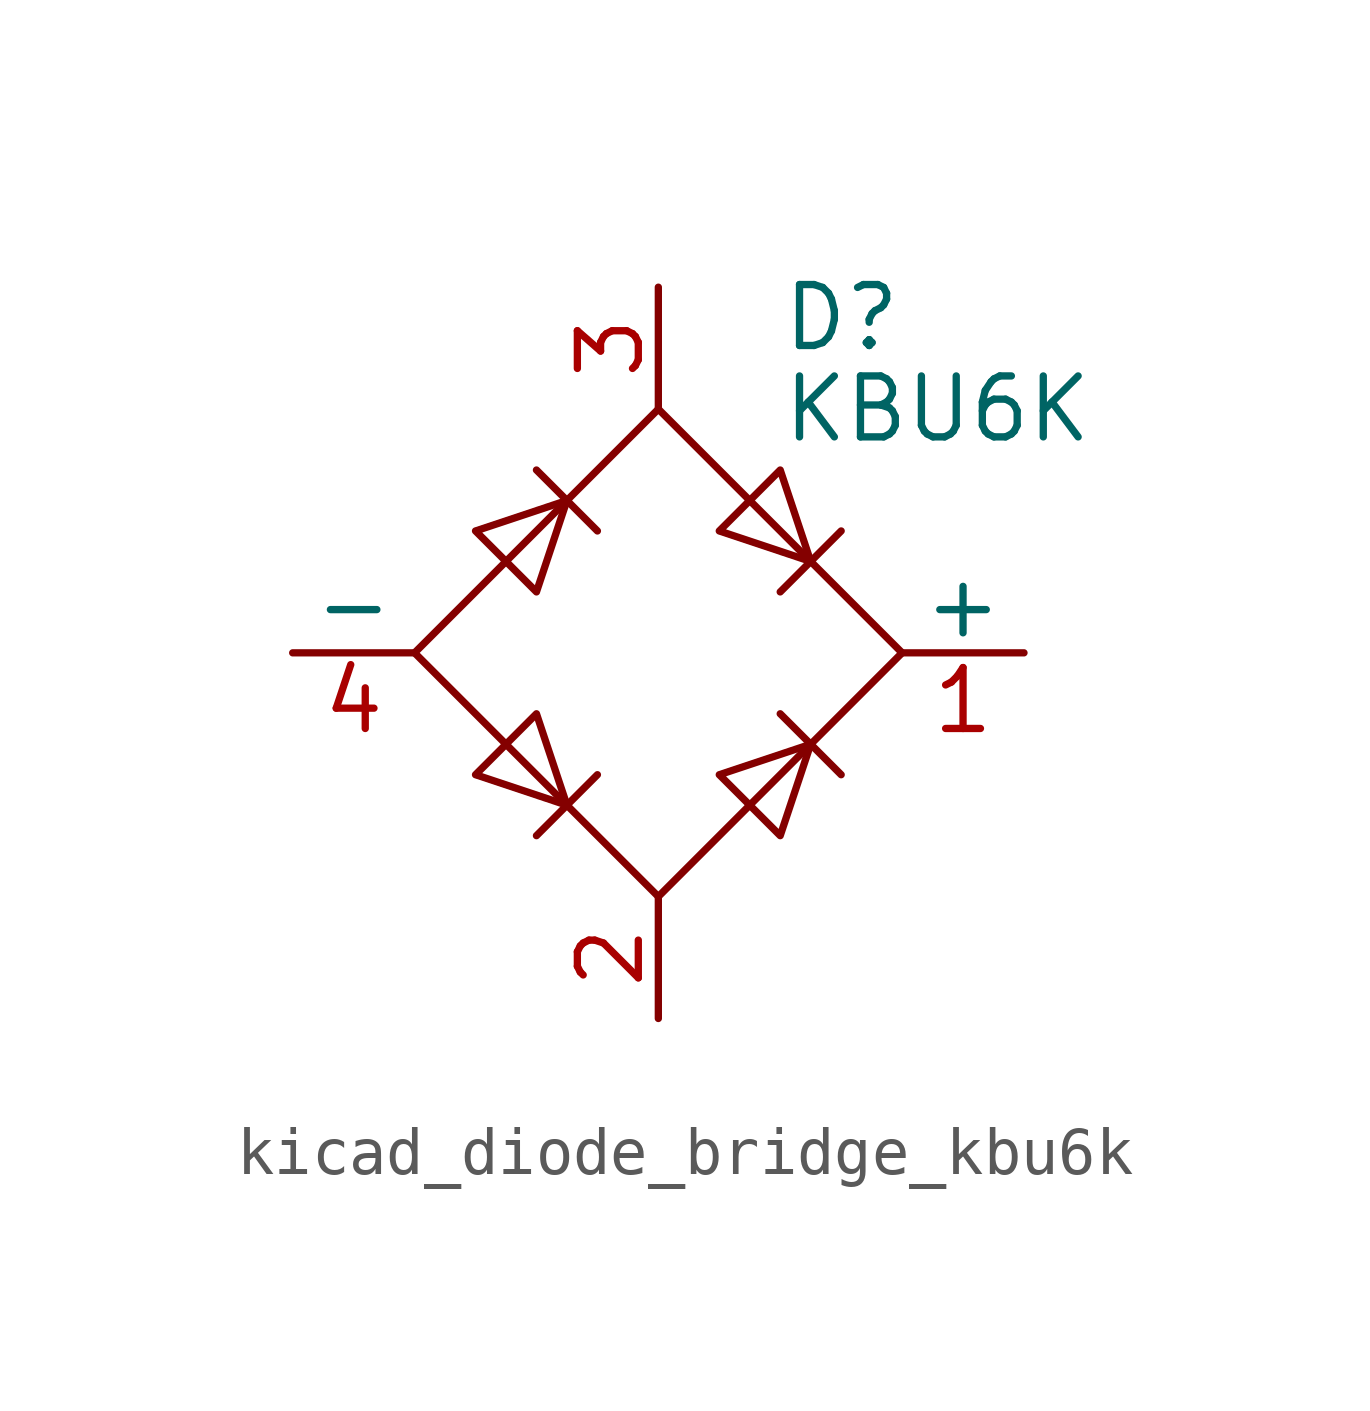
<source format=kicad_sym>
(kicad_symbol_lib
  (version 20220914)
  (generator kicad_symbol_editor)
  (symbol "kicad_diode_bridge_kbu6k"
    (pin_names
      (offset 0))
    (property "Reference" "D"
      (at 2.54 6.985 0)
      (effects (font (size 1.27 1.27)) (justify left)))
    (property "Value" "KBU6K"
      (at 2.54 5.08 0)
      (effects (font (size 1.27 1.27)) (justify left)))
    (symbol "kicad_diode_bridge_kbu6k_0_1"
      (polyline (pts (xy -2.54 3.81) (xy -1.27 2.54)) (stroke (width 0) (type default)) (fill (type none)))
      (polyline (pts (xy -1.27 -2.54) (xy -2.54 -3.81)) (stroke (width 0) (type default)) (fill (type none)))
      (polyline (pts (xy 2.54 -1.27) (xy 3.81 -2.54)) (stroke (width 0) (type default)) (fill (type none)))
      (polyline (pts (xy 2.54 1.27) (xy 3.81 2.54)) (stroke (width 0) (type default)) (fill (type none)))
      (polyline (pts (xy -3.81 2.54) (xy -2.54 1.27) (xy -1.905 3.175) (xy -3.81 2.54)) (stroke (width 0) (type default)) (fill (type none)))
      (polyline (pts (xy -2.54 -1.27) (xy -3.81 -2.54) (xy -1.905 -3.175) (xy -2.54 -1.27)) (stroke (width 0) (type default)) (fill (type none)))
      (polyline (pts (xy 1.27 2.54) (xy 2.54 3.81) (xy 3.175 1.905) (xy 1.27 2.54)) (stroke (width 0) (type default)) (fill (type none)))
      (polyline (pts (xy 3.175 -1.905) (xy 1.27 -2.54) (xy 2.54 -3.81) (xy 3.175 -1.905)) (stroke (width 0) (type default)) (fill (type none)))
      (polyline (pts (xy -5.08 0) (xy 0 -5.08) (xy 5.08 0) (xy 0 5.08) (xy -5.08 0)) (stroke (width 0) (type default)) (fill (type none))))
    (symbol "kicad_diode_bridge_kbu6k_1_1"
      (pin passive line (at 7.62 0 180) (length 2.54) (name "+" (effects (font (size 1.27 1.27)))) (number "1" (effects (font (size 1.27 1.27)))))
      (pin passive line (at 0 -7.62 90) (length 2.54) (name "~" (effects (font (size 1.27 1.27)))) (number "2" (effects (font (size 1.27 1.27)))))
      (pin passive line (at 0 7.62 270) (length 2.54) (name "~" (effects (font (size 1.27 1.27)))) (number "3" (effects (font (size 1.27 1.27)))))
      (pin passive line (at -7.62 0 0) (length 2.54) (name "-" (effects (font (size 1.27 1.27)))) (number "4" (effects (font (size 1.27 1.27))))))))
</source>
